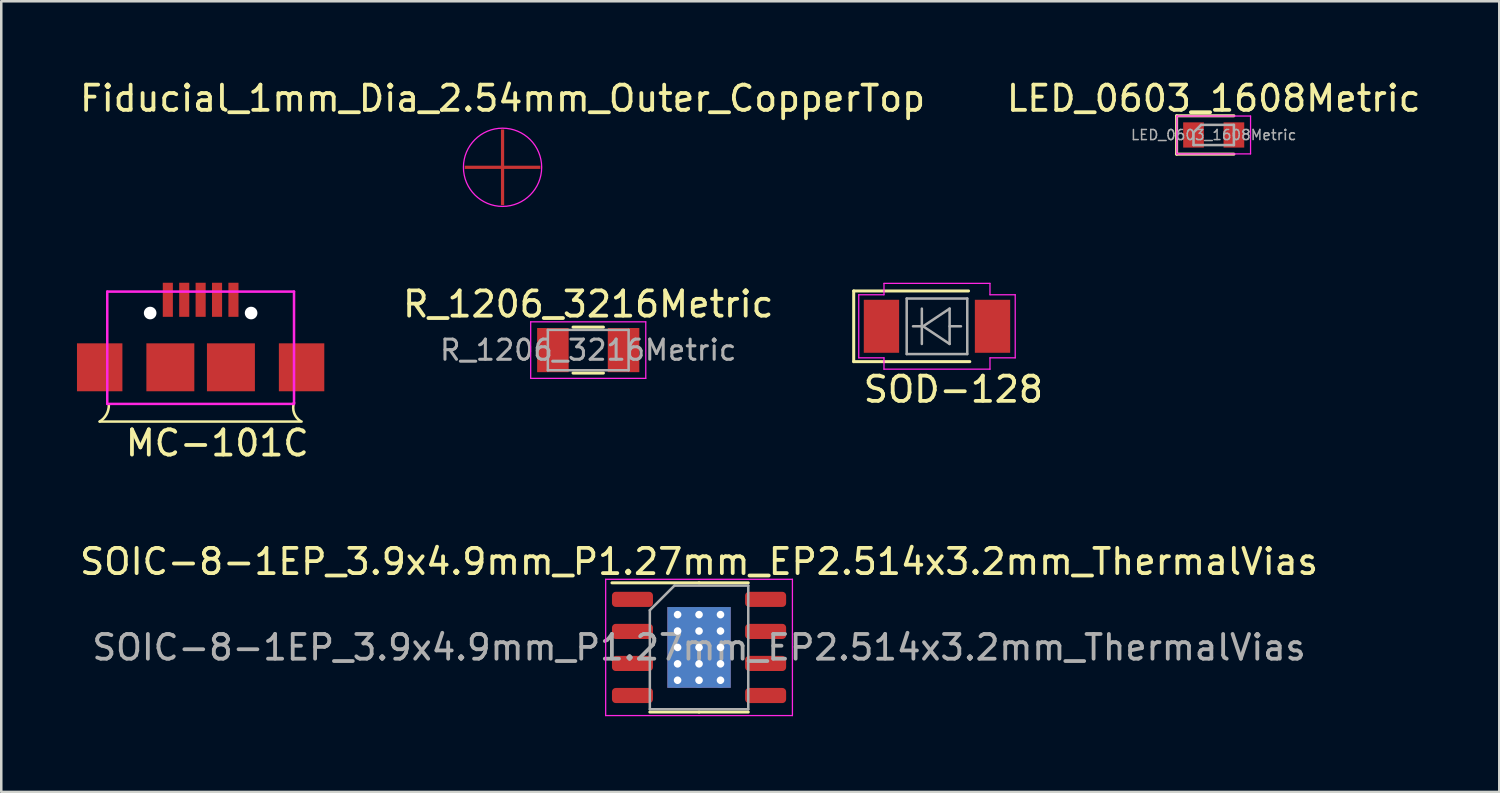
<source format=kicad_pcb>
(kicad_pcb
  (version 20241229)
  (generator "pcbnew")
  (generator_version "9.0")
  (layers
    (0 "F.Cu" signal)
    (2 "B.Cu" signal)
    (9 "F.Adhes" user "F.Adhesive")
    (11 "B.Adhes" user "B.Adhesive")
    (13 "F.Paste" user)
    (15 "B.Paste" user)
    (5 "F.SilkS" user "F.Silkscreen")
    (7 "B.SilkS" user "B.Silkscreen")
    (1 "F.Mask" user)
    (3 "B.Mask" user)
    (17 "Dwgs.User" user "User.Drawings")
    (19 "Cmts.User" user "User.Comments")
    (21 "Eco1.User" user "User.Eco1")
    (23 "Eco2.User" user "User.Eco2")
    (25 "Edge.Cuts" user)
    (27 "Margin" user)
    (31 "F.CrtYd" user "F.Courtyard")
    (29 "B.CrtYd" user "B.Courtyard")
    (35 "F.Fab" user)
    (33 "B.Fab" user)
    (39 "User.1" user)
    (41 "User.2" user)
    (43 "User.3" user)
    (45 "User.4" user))
  (footprint "MC-101C"
    (layer "F.Cu")
    (at 4.925 10.723)
    (property "Reference" "MC-101C" (at 0.635 3.785 0) (layer "F.SilkS") (effects (font (size 1 1) (thickness 0.15))))
    (attr smd)
    (fp_line (start -4.025 2.931) (end 3.975 2.931) (stroke (width 0.1) (type solid)) (layer "F.SilkS"))
    (fp_arc (start -3.662184 2.2808) (mid -3.759148 2.653099) (end -4.025401 2.930799) (stroke (width 0.1) (type solid)) (layer "F.SilkS"))
    (fp_arc (start 3.923778 2.907034) (mid 3.676379 2.586055) (end 3.674601 2.180801) (stroke (width 0.1) (type solid)) (layer "F.SilkS"))
    (fp_line (start -3.725 -2.219) (end -3.725 2.231) (stroke (width 0.1) (type solid)) (layer "F.CrtYd"))
    (fp_line (start -3.725 2.231) (end 3.675 2.231) (stroke (width 0.1) (type solid)) (layer "F.CrtYd"))
    (fp_line (start 3.675 -2.219) (end -3.725 -2.219) (stroke (width 0.1) (type solid)) (layer "F.CrtYd"))
    (fp_line (start 3.675 2.231) (end 3.675 -2.219) (stroke (width 0.1) (type solid)) (layer "F.CrtYd"))
    (pad "" np_thru_hole circle (at -2.025 -1.369) (size 0.5 0.5) (drill 0.5) (layers "*.Cu" "*.Mask"))
    (pad "" np_thru_hole circle (at 1.975 -1.369) (size 0.5 0.5) (drill 0.5) (layers "*.Cu" "*.Mask"))
    (pad "1" smd rect (at -1.325 -1.894) (size 0.4 1.35) (layers "F.Cu" "F.Mask" "F.Paste"))
    (pad "2" smd rect (at -0.675 -1.894) (size 0.4 1.35) (layers "F.Cu" "F.Mask" "F.Paste"))
    (pad "3" smd rect (at -0.025 -1.894) (size 0.4 1.35) (layers "F.Cu" "F.Mask" "F.Paste"))
    (pad "4" smd rect (at 0.625 -1.894) (size 0.4 1.35) (layers "F.Cu" "F.Mask" "F.Paste"))
    (pad "5" smd rect (at 1.275 -1.894) (size 0.4 1.35) (layers "F.Cu" "F.Mask" "F.Paste"))
    (pad "6" smd rect (at -4.025 0.781) (size 1.8 1.9) (layers "F.Cu" "F.Mask" "F.Paste"))
    (pad "6" smd rect (at -1.225 0.781) (size 1.9 1.9) (layers "F.Cu" "F.Mask" "F.Paste"))
    (pad "6" smd rect (at 1.175 0.781) (size 1.9 1.9) (layers "F.Cu" "F.Mask" "F.Paste"))
    (pad "6" smd rect (at 3.975 0.781) (size 1.8 1.9) (layers "F.Cu" "F.Mask" "F.Paste")))
  (footprint "LED_0603_1608Metric"
    (layer "F.Cu")
    (at 45.042 2.298)
    (property "Reference" "LED_0603_1608Metric" (at 0 -1.45 0) (layer "F.SilkS") (effects (font (size 1 1) (thickness 0.15))))
    (attr smd)
    (fp_line (start -1.47 -0.76) (end -1.47 0.76) (stroke (width 0.12) (type solid)) (layer "F.SilkS"))
    (fp_line (start -1.47 0.76) (end 0.8 0.76) (stroke (width 0.12) (type solid)) (layer "F.SilkS"))
    (fp_line (start 0.8 -0.76) (end -1.47 -0.76) (stroke (width 0.12) (type solid)) (layer "F.SilkS"))
    (fp_line (start -1.46 -0.75) (end 1.46 -0.75) (stroke (width 0.05) (type solid)) (layer "F.CrtYd"))
    (fp_line (start -1.46 0.75) (end -1.46 -0.75) (stroke (width 0.05) (type solid)) (layer "F.CrtYd"))
    (fp_line (start 1.46 -0.75) (end 1.46 0.75) (stroke (width 0.05) (type solid)) (layer "F.CrtYd"))
    (fp_line (start 1.46 0.75) (end -1.46 0.75) (stroke (width 0.05) (type solid)) (layer "F.CrtYd"))
    (fp_line (start -0.8 -0.1) (end -0.8 0.4) (stroke (width 0.1) (type solid)) (layer "F.Fab"))
    (fp_line (start -0.8 0.4) (end 0.8 0.4) (stroke (width 0.1) (type solid)) (layer "F.Fab"))
    (fp_line (start -0.5 -0.4) (end -0.8 -0.1) (stroke (width 0.1) (type solid)) (layer "F.Fab"))
    (fp_line (start 0.8 -0.4) (end -0.5 -0.4) (stroke (width 0.1) (type solid)) (layer "F.Fab"))
    (fp_line (start 0.8 0.4) (end 0.8 -0.4) (stroke (width 0.1) (type solid)) (layer "F.Fab"))
    (fp_text user "${REFERENCE}" (at 0 0 0) (layer "F.Fab") (effects (font (size 0.4 0.4) (thickness 0.06))))
    (pad "1" smd rect (at -0.8 0) (size 0.82 1) (layers "F.Cu" "F.Mask" "F.Paste"))
    (pad "2" smd rect (at 0.8 0) (size 0.82 1) (layers "F.Cu" "F.Mask" "F.Paste")))
  (footprint "R_1206_3216Metric"
    (layer "F.Cu")
    (at 20.258 10.822)
    (property "Reference" "R_1206_3216Metric" (at 0 -1.82 0) (layer "F.SilkS") (effects (font (size 1 1) (thickness 0.15))))
    (attr smd)
    (fp_line (start -0.602 -0.91) (end 0.602 -0.91) (stroke (width 0.12) (type solid)) (layer "F.SilkS"))
    (fp_line (start -0.602 0.91) (end 0.602 0.91) (stroke (width 0.12) (type solid)) (layer "F.SilkS"))
    (fp_line (start -2.28 -1.12) (end 2.28 -1.12) (stroke (width 0.05) (type solid)) (layer "F.CrtYd"))
    (fp_line (start -2.28 1.12) (end -2.28 -1.12) (stroke (width 0.05) (type solid)) (layer "F.CrtYd"))
    (fp_line (start 2.28 -1.12) (end 2.28 1.12) (stroke (width 0.05) (type solid)) (layer "F.CrtYd"))
    (fp_line (start 2.28 1.12) (end -2.28 1.12) (stroke (width 0.05) (type solid)) (layer "F.CrtYd"))
    (fp_line (start -1.6 -0.8) (end 1.6 -0.8) (stroke (width 0.1) (type solid)) (layer "F.Fab"))
    (fp_line (start -1.6 0.8) (end -1.6 -0.8) (stroke (width 0.1) (type solid)) (layer "F.Fab"))
    (fp_line (start 1.6 -0.8) (end 1.6 0.8) (stroke (width 0.1) (type solid)) (layer "F.Fab"))
    (fp_line (start 1.6 0.8) (end -1.6 0.8) (stroke (width 0.1) (type solid)) (layer "F.Fab"))
    (fp_text user "${REFERENCE}" (at 0 0 0) (layer "F.Fab") (effects (font (size 0.8 0.8) (thickness 0.12))))
    (pad "1" smd rect (at -1.4 0) (size 1.25 1.75) (layers "F.Cu" "F.Mask" "F.Paste"))
    (pad "2" smd rect (at 1.4 0) (size 1.25 1.75) (layers "F.Cu" "F.Mask" "F.Paste")))
  (footprint "Fiducial_1mm_Dia_2.54mm_Outer_CopperTop"
    (layer "F.Cu")
    (at 16.863 3.579)
    (property "Reference" "Fiducial_1mm_Dia_2.54mm_Outer_CopperTop" (at 0 -2.731 0) (layer "F.SilkS") (effects (font (size 1 1) (thickness 0.15))))
    (attr smd)
    (fp_circle (center 0 0) (end 1.55 0) (stroke (width 0.05) (type solid)) (fill no) (layer "F.CrtYd"))
    (pad "~" smd rect (at 0 0) (size 0.127 3) (layers "F.Cu" "F.Mask"))
    (pad "~" smd rect (at 0 0) (size 3 0.127) (layers "F.Cu" "F.Mask")))
  (footprint "SOIC-8-1EP_3.9x4.9mm_P1.27mm_EP2.514x3.2mm_ThermalVias"
    (layer "F.Cu")
    (at 24.649 22.604)
    (property "Reference" "SOIC-8-1EP_3.9x4.9mm_P1.27mm_EP2.514x3.2mm_ThermalVias" (at 0 -3.4 0) (layer "F.SilkS") (effects (font (size 1 1) (thickness 0.15))))
    (attr smd)
    (fp_line (start 0 -2.56) (end -3.45 -2.56) (stroke (width 0.12) (type solid)) (layer "F.SilkS"))
    (fp_line (start 0 -2.56) (end 1.95 -2.56) (stroke (width 0.12) (type solid)) (layer "F.SilkS"))
    (fp_line (start 0 2.56) (end -1.95 2.56) (stroke (width 0.12) (type solid)) (layer "F.SilkS"))
    (fp_line (start 0 2.56) (end 1.95 2.56) (stroke (width 0.12) (type solid)) (layer "F.SilkS"))
    (fp_line (start -3.7 -2.7) (end -3.7 2.7) (stroke (width 0.05) (type solid)) (layer "F.CrtYd"))
    (fp_line (start -3.7 2.7) (end 3.7 2.7) (stroke (width 0.05) (type solid)) (layer "F.CrtYd"))
    (fp_line (start 3.7 -2.7) (end -3.7 -2.7) (stroke (width 0.05) (type solid)) (layer "F.CrtYd"))
    (fp_line (start 3.7 2.7) (end 3.7 -2.7) (stroke (width 0.05) (type solid)) (layer "F.CrtYd"))
    (fp_line (start -1.95 -1.475) (end -0.975 -2.45) (stroke (width 0.1) (type solid)) (layer "F.Fab"))
    (fp_line (start -1.95 2.45) (end -1.95 -1.475) (stroke (width 0.1) (type solid)) (layer "F.Fab"))
    (fp_line (start -0.975 -2.45) (end 1.95 -2.45) (stroke (width 0.1) (type solid)) (layer "F.Fab"))
    (fp_line (start 1.95 -2.45) (end 1.95 2.45) (stroke (width 0.1) (type solid)) (layer "F.Fab"))
    (fp_line (start 1.95 2.45) (end -1.95 2.45) (stroke (width 0.1) (type solid)) (layer "F.Fab"))
    (fp_text user "${REFERENCE}" (at 0 0 0) (layer "F.Fab") (effects (font (size 0.98 0.98) (thickness 0.15))))
    (pad "" smd roundrect (at -0.63 -0.8) (size 1.05 1.34) (layers "F.Paste") (roundrect_rratio 0.238))
    (pad "" smd roundrect (at -0.63 0.8) (size 1.05 1.34) (layers "F.Paste") (roundrect_rratio 0.238))
    (pad "" smd roundrect (at 0.63 -0.8) (size 1.05 1.34) (layers "F.Paste") (roundrect_rratio 0.238))
    (pad "" smd roundrect (at 0.63 0.8) (size 1.05 1.34) (layers "F.Paste") (roundrect_rratio 0.238))
    (pad "1" smd roundrect (at -2.638 -1.905) (size 1.625 0.6) (layers "F.Cu" "F.Mask" "F.Paste") (roundrect_rratio 0.25))
    (pad "2" smd roundrect (at -2.638 -0.635) (size 1.625 0.6) (layers "F.Cu" "F.Mask" "F.Paste") (roundrect_rratio 0.25))
    (pad "3" smd roundrect (at -2.638 0.635) (size 1.625 0.6) (layers "F.Cu" "F.Mask" "F.Paste") (roundrect_rratio 0.25))
    (pad "4" smd roundrect (at -2.638 1.905) (size 1.625 0.6) (layers "F.Cu" "F.Mask" "F.Paste") (roundrect_rratio 0.25))
    (pad "5" smd roundrect (at 2.638 1.905) (size 1.625 0.6) (layers "F.Cu" "F.Mask" "F.Paste") (roundrect_rratio 0.25))
    (pad "6" smd roundrect (at 2.638 0.635) (size 1.625 0.6) (layers "F.Cu" "F.Mask" "F.Paste") (roundrect_rratio 0.25))
    (pad "7" smd roundrect (at 2.638 -0.635) (size 1.625 0.6) (layers "F.Cu" "F.Mask" "F.Paste") (roundrect_rratio 0.25))
    (pad "8" smd roundrect (at 2.638 -1.905) (size 1.625 0.6) (layers "F.Cu" "F.Mask" "F.Paste") (roundrect_rratio 0.25))
    (pad "9" thru_hole circle (at -0.85 -1.3) (size 0.6 0.6) (drill 0.3) (layers "*.Cu"))
    (pad "9" thru_hole circle (at -0.85 -0.65) (size 0.6 0.6) (drill 0.3) (layers "*.Cu"))
    (pad "9" thru_hole circle (at -0.85 0) (size 0.6 0.6) (drill 0.3) (layers "*.Cu"))
    (pad "9" thru_hole circle (at -0.85 0.65) (size 0.6 0.6) (drill 0.3) (layers "*.Cu"))
    (pad "9" thru_hole circle (at -0.85 1.3) (size 0.6 0.6) (drill 0.3) (layers "*.Cu"))
    (pad "9" thru_hole circle (at 0 -1.3) (size 0.6 0.6) (drill 0.3) (layers "*.Cu"))
    (pad "9" thru_hole circle (at 0 -0.65) (size 0.6 0.6) (drill 0.3) (layers "*.Cu"))
    (pad "9" thru_hole circle (at 0 0) (size 0.6 0.6) (drill 0.3) (layers "*.Cu"))
    (pad "9" smd rect (at 0 0) (size 2.514 3.2) (layers "F.Cu" "F.Mask"))
    (pad "9" smd rect (at 0 0) (size 2.514 3.2) (layers "B.Cu"))
    (pad "9" thru_hole circle (at 0 0.65) (size 0.6 0.6) (drill 0.3) (layers "*.Cu"))
    (pad "9" thru_hole circle (at 0 1.3) (size 0.6 0.6) (drill 0.3) (layers "*.Cu"))
    (pad "9" thru_hole circle (at 0.85 -1.3) (size 0.6 0.6) (drill 0.3) (layers "*.Cu"))
    (pad "9" thru_hole circle (at 0.85 -0.65) (size 0.6 0.6) (drill 0.3) (layers "*.Cu"))
    (pad "9" thru_hole circle (at 0.85 0) (size 0.6 0.6) (drill 0.3) (layers "*.Cu"))
    (pad "9" thru_hole circle (at 0.85 0.65) (size 0.6 0.6) (drill 0.3) (layers "*.Cu"))
    (pad "9" thru_hole circle (at 0.85 1.3) (size 0.6 0.6) (drill 0.3) (layers "*.Cu")))
  (footprint "SOD-128"
    (layer "F.Cu")
    (at 34.077 9.879)
    (property "Reference" "SOD-128" (at 0.65 2.5 0) (unlocked yes) (layer "F.SilkS") (effects (font (size 1 1) (thickness 0.15))))
    (attr smd)
    (fp_line (start -3.3 -1.4) (end -3.3 1.4) (stroke (width 0.12) (type solid)) (layer "F.SilkS"))
    (fp_line (start -3.3 -1.4) (end 1.25 -1.4) (stroke (width 0.12) (type solid)) (layer "F.SilkS"))
    (fp_line (start -3.3 1.4) (end 1.3 1.4) (stroke (width 0.12) (type solid)) (layer "F.SilkS"))
    (fp_line (start -3.1 -1.25) (end -3.1 1.25) (stroke (width 0.05) (type solid)) (layer "F.CrtYd"))
    (fp_line (start -3.1 -1.25) (end -2.1 -1.25) (stroke (width 0.05) (type solid)) (layer "F.CrtYd"))
    (fp_line (start -3.1 1.25) (end -2.1 1.25) (stroke (width 0.05) (type solid)) (layer "F.CrtYd"))
    (fp_line (start -2.1 -1.7) (end -2.1 -1.25) (stroke (width 0.05) (type solid)) (layer "F.CrtYd"))
    (fp_line (start -2.1 -1.7) (end 2.1 -1.7) (stroke (width 0.05) (type solid)) (layer "F.CrtYd"))
    (fp_line (start -2.1 1.25) (end -2.1 1.7) (stroke (width 0.05) (type solid)) (layer "F.CrtYd"))
    (fp_line (start -2.1 1.7) (end 2.1 1.7) (stroke (width 0.05) (type solid)) (layer "F.CrtYd"))
    (fp_line (start 2.1 -1.7) (end 2.1 -1.25) (stroke (width 0.05) (type solid)) (layer "F.CrtYd"))
    (fp_line (start 2.1 -1.25) (end 3.1 -1.25) (stroke (width 0.05) (type solid)) (layer "F.CrtYd"))
    (fp_line (start 2.1 1.25) (end 2.1 1.7) (stroke (width 0.05) (type solid)) (layer "F.CrtYd"))
    (fp_line (start 2.1 1.25) (end 3.1 1.25) (stroke (width 0.05) (type solid)) (layer "F.CrtYd"))
    (fp_line (start 3.1 -1.25) (end 3.1 1.25) (stroke (width 0.05) (type solid)) (layer "F.CrtYd"))
    (fp_line (start -1.2 -1.1) (end 1.2 -1.1) (stroke (width 0.1) (type solid)) (layer "F.Fab"))
    (fp_line (start -1.2 1.1) (end -1.2 -1.1) (stroke (width 0.1) (type solid)) (layer "F.Fab"))
    (fp_line (start -0.65 0) (end -0.95 0) (stroke (width 0.1) (type solid)) (layer "F.Fab"))
    (fp_line (start -0.6 -0.7) (end -0.6 0.7) (stroke (width 0.1) (type solid)) (layer "F.Fab"))
    (fp_line (start -0.55 0) (end 0.5 -0.7) (stroke (width 0.1) (type solid)) (layer "F.Fab"))
    (fp_line (start 0.5 -0.7) (end 0.5 0.7) (stroke (width 0.1) (type solid)) (layer "F.Fab"))
    (fp_line (start 0.5 0) (end 0.95 0) (stroke (width 0.1) (type solid)) (layer "F.Fab"))
    (fp_line (start 0.5 0.7) (end -0.55 0) (stroke (width 0.1) (type solid)) (layer "F.Fab"))
    (fp_line (start 1.2 -1.1) (end 1.2 1.1) (stroke (width 0.1) (type solid)) (layer "F.Fab"))
    (fp_line (start 1.2 1.1) (end -1.2 1.1) (stroke (width 0.1) (type solid)) (layer "F.Fab"))
    (pad "1" smd rect (at -2.2 0) (size 1.4 2.1) (layers "F.Cu" "F.Mask" "F.Paste"))
    (pad "2" smd rect (at 2.2 0) (size 1.4 2.1) (layers "F.Cu" "F.Mask" "F.Paste")))
  (gr_rect
    (start -3 -3)
    (end 56.357 28.329)
    (stroke (width 0.1) (type default))
    (fill no)
    (layer "Edge.Cuts")))
</source>
